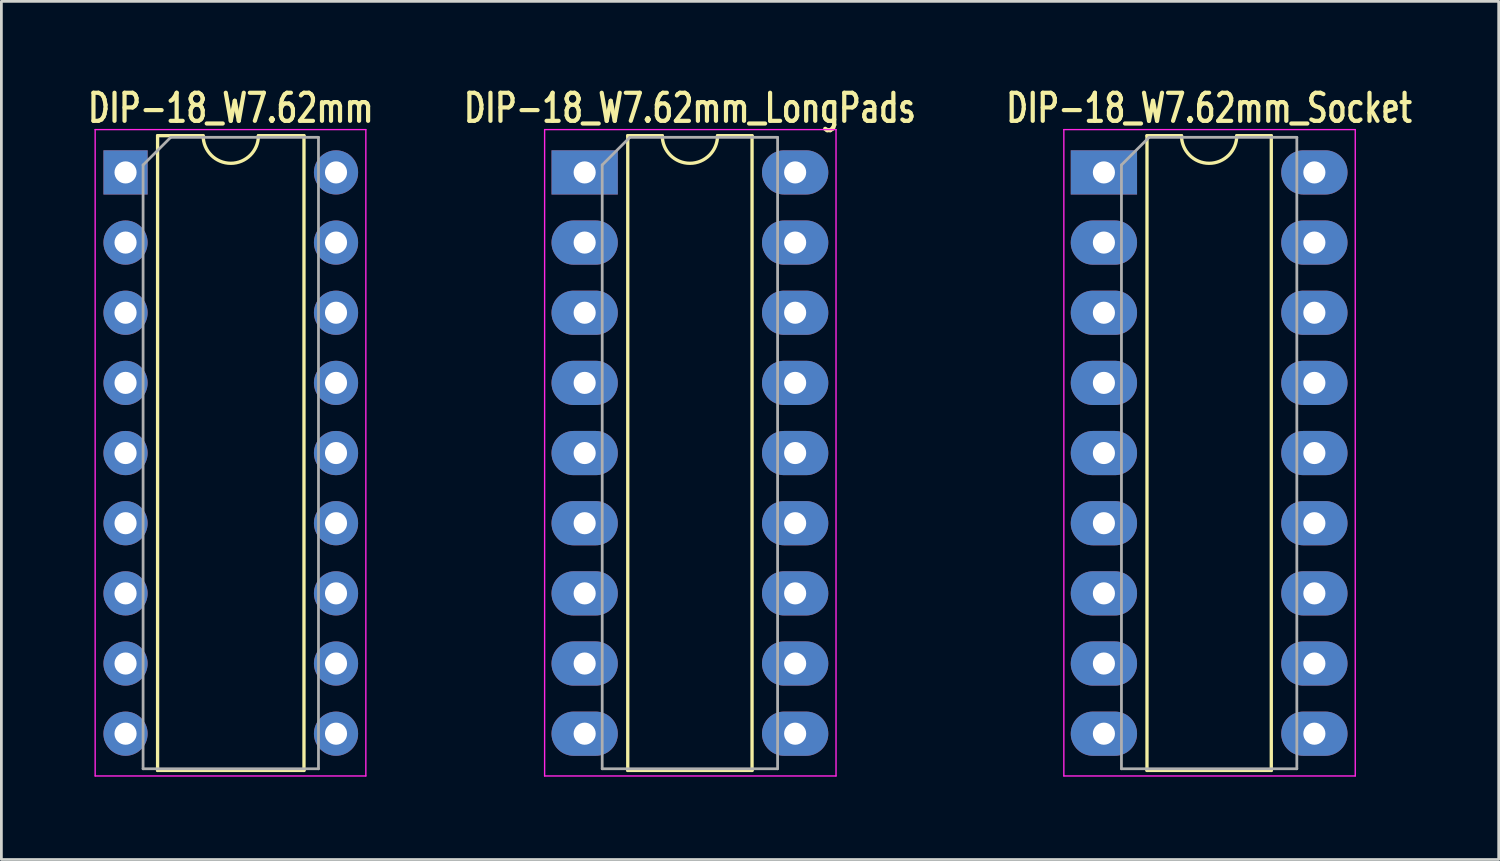
<source format=kicad_pcb>
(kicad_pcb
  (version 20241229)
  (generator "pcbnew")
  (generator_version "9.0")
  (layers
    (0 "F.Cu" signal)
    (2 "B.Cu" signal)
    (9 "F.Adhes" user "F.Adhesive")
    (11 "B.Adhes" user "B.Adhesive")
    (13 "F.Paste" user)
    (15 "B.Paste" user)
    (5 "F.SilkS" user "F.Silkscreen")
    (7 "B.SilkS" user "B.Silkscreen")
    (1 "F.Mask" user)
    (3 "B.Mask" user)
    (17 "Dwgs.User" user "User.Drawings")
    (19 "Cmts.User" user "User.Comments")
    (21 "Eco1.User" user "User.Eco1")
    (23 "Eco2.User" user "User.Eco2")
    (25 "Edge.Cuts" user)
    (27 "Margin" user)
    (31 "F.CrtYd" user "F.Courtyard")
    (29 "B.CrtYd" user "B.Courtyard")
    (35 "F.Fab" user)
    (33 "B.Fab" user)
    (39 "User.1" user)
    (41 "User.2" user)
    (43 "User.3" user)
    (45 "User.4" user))
  (footprint "DIP-18_W7.62mm"
    (layer "F.Cu")
    (at 1.495 3.192)
    (property "Reference" "DIP-18_W7.62mm" (at 3.81 -2.33 0) (layer "F.SilkS") (effects (font (size 1.016 0.762) (thickness 0.152))))
    (attr through_hole)
    (fp_line (start 1.16 -1.33) (end 1.16 21.65) (stroke (width 0.12) (type solid)) (layer "F.SilkS"))
    (fp_line (start 1.16 21.65) (end 6.46 21.65) (stroke (width 0.12) (type solid)) (layer "F.SilkS"))
    (fp_line (start 2.81 -1.33) (end 1.16 -1.33) (stroke (width 0.12) (type solid)) (layer "F.SilkS"))
    (fp_line (start 6.46 -1.33) (end 4.81 -1.33) (stroke (width 0.12) (type solid)) (layer "F.SilkS"))
    (fp_line (start 6.46 21.65) (end 6.46 -1.33) (stroke (width 0.12) (type solid)) (layer "F.SilkS"))
    (fp_arc (start 4.81 -1.33) (mid 3.81 -0.33) (end 2.81 -1.33) (stroke (width 0.12) (type solid)) (layer "F.SilkS"))
    (fp_line (start -1.1 -1.55) (end -1.1 21.85) (stroke (width 0.05) (type solid)) (layer "F.CrtYd"))
    (fp_line (start -1.1 21.85) (end 8.7 21.85) (stroke (width 0.05) (type solid)) (layer "F.CrtYd"))
    (fp_line (start 8.7 -1.55) (end -1.1 -1.55) (stroke (width 0.05) (type solid)) (layer "F.CrtYd"))
    (fp_line (start 8.7 21.85) (end 8.7 -1.55) (stroke (width 0.05) (type solid)) (layer "F.CrtYd"))
    (fp_line (start 0.635 -0.27) (end 1.635 -1.27) (stroke (width 0.1) (type solid)) (layer "F.Fab"))
    (fp_line (start 0.635 21.59) (end 0.635 -0.27) (stroke (width 0.1) (type solid)) (layer "F.Fab"))
    (fp_line (start 1.635 -1.27) (end 6.985 -1.27) (stroke (width 0.1) (type solid)) (layer "F.Fab"))
    (fp_line (start 6.985 -1.27) (end 6.985 21.59) (stroke (width 0.1) (type solid)) (layer "F.Fab"))
    (fp_line (start 6.985 21.59) (end 0.635 21.59) (stroke (width 0.1) (type solid)) (layer "F.Fab"))
    (pad "1" thru_hole rect (at 0 0) (size 1.6 1.6) (drill 0.8) (layers "*.Cu" "*.Mask"))
    (pad "2" thru_hole oval (at 0 2.54) (size 1.6 1.6) (drill 0.8) (layers "*.Cu" "*.Mask"))
    (pad "3" thru_hole oval (at 0 5.08) (size 1.6 1.6) (drill 0.8) (layers "*.Cu" "*.Mask"))
    (pad "4" thru_hole oval (at 0 7.62) (size 1.6 1.6) (drill 0.8) (layers "*.Cu" "*.Mask"))
    (pad "5" thru_hole oval (at 0 10.16) (size 1.6 1.6) (drill 0.8) (layers "*.Cu" "*.Mask"))
    (pad "6" thru_hole oval (at 0 12.7) (size 1.6 1.6) (drill 0.8) (layers "*.Cu" "*.Mask"))
    (pad "7" thru_hole oval (at 0 15.24) (size 1.6 1.6) (drill 0.8) (layers "*.Cu" "*.Mask"))
    (pad "8" thru_hole oval (at 0 17.78) (size 1.6 1.6) (drill 0.8) (layers "*.Cu" "*.Mask"))
    (pad "9" thru_hole oval (at 0 20.32) (size 1.6 1.6) (drill 0.8) (layers "*.Cu" "*.Mask"))
    (pad "10" thru_hole oval (at 7.62 20.32) (size 1.6 1.6) (drill 0.8) (layers "*.Cu" "*.Mask"))
    (pad "11" thru_hole oval (at 7.62 17.78) (size 1.6 1.6) (drill 0.8) (layers "*.Cu" "*.Mask"))
    (pad "12" thru_hole oval (at 7.62 15.24) (size 1.6 1.6) (drill 0.8) (layers "*.Cu" "*.Mask"))
    (pad "13" thru_hole oval (at 7.62 12.7) (size 1.6 1.6) (drill 0.8) (layers "*.Cu" "*.Mask"))
    (pad "14" thru_hole oval (at 7.62 10.16) (size 1.6 1.6) (drill 0.8) (layers "*.Cu" "*.Mask"))
    (pad "15" thru_hole oval (at 7.62 7.62) (size 1.6 1.6) (drill 0.8) (layers "*.Cu" "*.Mask"))
    (pad "16" thru_hole oval (at 7.62 5.08) (size 1.6 1.6) (drill 0.8) (layers "*.Cu" "*.Mask"))
    (pad "17" thru_hole oval (at 7.62 2.54) (size 1.6 1.6) (drill 0.8) (layers "*.Cu" "*.Mask"))
    (pad "18" thru_hole oval (at 7.62 0) (size 1.6 1.6) (drill 0.8) (layers "*.Cu" "*.Mask")))
  (footprint "DIP-18_W7.62mm_Socket"
    (layer "F.Cu")
    (at 36.915 3.192)
    (property "Reference" "DIP-18_W7.62mm_Socket" (at 3.81 -2.33 0) (layer "F.SilkS") (effects (font (size 1.016 0.762) (thickness 0.152))))
    (attr through_hole)
    (fp_line (start 1.56 -1.33) (end 1.56 21.65) (stroke (width 0.12) (type solid)) (layer "F.SilkS"))
    (fp_line (start 1.56 21.65) (end 6.06 21.65) (stroke (width 0.12) (type solid)) (layer "F.SilkS"))
    (fp_line (start 2.81 -1.33) (end 1.56 -1.33) (stroke (width 0.12) (type solid)) (layer "F.SilkS"))
    (fp_line (start 6.06 -1.33) (end 4.81 -1.33) (stroke (width 0.12) (type solid)) (layer "F.SilkS"))
    (fp_line (start 6.06 21.65) (end 6.06 -1.33) (stroke (width 0.12) (type solid)) (layer "F.SilkS"))
    (fp_arc (start 4.81 -1.33) (mid 3.81 -0.33) (end 2.81 -1.33) (stroke (width 0.12) (type solid)) (layer "F.SilkS"))
    (fp_line (start -1.45 -1.55) (end -1.45 21.85) (stroke (width 0.05) (type solid)) (layer "F.CrtYd"))
    (fp_line (start -1.45 21.85) (end 9.1 21.85) (stroke (width 0.05) (type solid)) (layer "F.CrtYd"))
    (fp_line (start 9.1 -1.55) (end -1.45 -1.55) (stroke (width 0.05) (type solid)) (layer "F.CrtYd"))
    (fp_line (start 9.1 21.85) (end 9.1 -1.55) (stroke (width 0.05) (type solid)) (layer "F.CrtYd"))
    (fp_line (start 0.635 -0.27) (end 1.635 -1.27) (stroke (width 0.1) (type solid)) (layer "F.Fab"))
    (fp_line (start 0.635 21.59) (end 0.635 -0.27) (stroke (width 0.1) (type solid)) (layer "F.Fab"))
    (fp_line (start 1.635 -1.27) (end 6.985 -1.27) (stroke (width 0.1) (type solid)) (layer "F.Fab"))
    (fp_line (start 6.985 -1.27) (end 6.985 21.59) (stroke (width 0.1) (type solid)) (layer "F.Fab"))
    (fp_line (start 6.985 21.59) (end 0.635 21.59) (stroke (width 0.1) (type solid)) (layer "F.Fab"))
    (pad "1" thru_hole rect (at 0 0) (size 2.4 1.6) (drill 0.8) (layers "*.Cu" "*.Mask"))
    (pad "2" thru_hole oval (at 0 2.54) (size 2.4 1.6) (drill 0.8) (layers "*.Cu" "*.Mask"))
    (pad "3" thru_hole oval (at 0 5.08) (size 2.4 1.6) (drill 0.8) (layers "*.Cu" "*.Mask"))
    (pad "4" thru_hole oval (at 0 7.62) (size 2.4 1.6) (drill 0.8) (layers "*.Cu" "*.Mask"))
    (pad "5" thru_hole oval (at 0 10.16) (size 2.4 1.6) (drill 0.8) (layers "*.Cu" "*.Mask"))
    (pad "6" thru_hole oval (at 0 12.7) (size 2.4 1.6) (drill 0.8) (layers "*.Cu" "*.Mask"))
    (pad "7" thru_hole oval (at 0 15.24) (size 2.4 1.6) (drill 0.8) (layers "*.Cu" "*.Mask"))
    (pad "8" thru_hole oval (at 0 17.78) (size 2.4 1.6) (drill 0.8) (layers "*.Cu" "*.Mask"))
    (pad "9" thru_hole oval (at 0 20.32) (size 2.4 1.6) (drill 0.8) (layers "*.Cu" "*.Mask"))
    (pad "10" thru_hole oval (at 7.62 20.32) (size 2.4 1.6) (drill 0.8) (layers "*.Cu" "*.Mask"))
    (pad "11" thru_hole oval (at 7.62 17.78) (size 2.4 1.6) (drill 0.8) (layers "*.Cu" "*.Mask"))
    (pad "12" thru_hole oval (at 7.62 15.24) (size 2.4 1.6) (drill 0.8) (layers "*.Cu" "*.Mask"))
    (pad "13" thru_hole oval (at 7.62 12.7) (size 2.4 1.6) (drill 0.8) (layers "*.Cu" "*.Mask"))
    (pad "14" thru_hole oval (at 7.62 10.16) (size 2.4 1.6) (drill 0.8) (layers "*.Cu" "*.Mask"))
    (pad "15" thru_hole oval (at 7.62 7.62) (size 2.4 1.6) (drill 0.8) (layers "*.Cu" "*.Mask"))
    (pad "16" thru_hole oval (at 7.62 5.08) (size 2.4 1.6) (drill 0.8) (layers "*.Cu" "*.Mask"))
    (pad "17" thru_hole oval (at 7.62 2.54) (size 2.4 1.6) (drill 0.8) (layers "*.Cu" "*.Mask"))
    (pad "18" thru_hole oval (at 7.62 0) (size 2.4 1.6) (drill 0.8) (layers "*.Cu" "*.Mask")))
  (footprint "DIP-18_W7.62mm_LongPads"
    (layer "F.Cu")
    (at 18.117 3.192)
    (property "Reference" "DIP-18_W7.62mm_LongPads" (at 3.81 -2.33 0) (layer "F.SilkS") (effects (font (size 1.016 0.762) (thickness 0.152))))
    (attr through_hole)
    (fp_line (start 1.56 -1.33) (end 1.56 21.65) (stroke (width 0.12) (type solid)) (layer "F.SilkS"))
    (fp_line (start 1.56 21.65) (end 6.06 21.65) (stroke (width 0.12) (type solid)) (layer "F.SilkS"))
    (fp_line (start 2.81 -1.33) (end 1.56 -1.33) (stroke (width 0.12) (type solid)) (layer "F.SilkS"))
    (fp_line (start 6.06 -1.33) (end 4.81 -1.33) (stroke (width 0.12) (type solid)) (layer "F.SilkS"))
    (fp_line (start 6.06 21.65) (end 6.06 -1.33) (stroke (width 0.12) (type solid)) (layer "F.SilkS"))
    (fp_arc (start 4.81 -1.33) (mid 3.81 -0.33) (end 2.81 -1.33) (stroke (width 0.12) (type solid)) (layer "F.SilkS"))
    (fp_line (start -1.45 -1.55) (end -1.45 21.85) (stroke (width 0.05) (type solid)) (layer "F.CrtYd"))
    (fp_line (start -1.45 21.85) (end 9.1 21.85) (stroke (width 0.05) (type solid)) (layer "F.CrtYd"))
    (fp_line (start 9.1 -1.55) (end -1.45 -1.55) (stroke (width 0.05) (type solid)) (layer "F.CrtYd"))
    (fp_line (start 9.1 21.85) (end 9.1 -1.55) (stroke (width 0.05) (type solid)) (layer "F.CrtYd"))
    (fp_line (start 0.635 -0.27) (end 1.635 -1.27) (stroke (width 0.1) (type solid)) (layer "F.Fab"))
    (fp_line (start 0.635 21.59) (end 0.635 -0.27) (stroke (width 0.1) (type solid)) (layer "F.Fab"))
    (fp_line (start 1.635 -1.27) (end 6.985 -1.27) (stroke (width 0.1) (type solid)) (layer "F.Fab"))
    (fp_line (start 6.985 -1.27) (end 6.985 21.59) (stroke (width 0.1) (type solid)) (layer "F.Fab"))
    (fp_line (start 6.985 21.59) (end 0.635 21.59) (stroke (width 0.1) (type solid)) (layer "F.Fab"))
    (pad "1" thru_hole rect (at 0 0) (size 2.4 1.6) (drill 0.8) (layers "*.Cu" "*.Mask"))
    (pad "2" thru_hole oval (at 0 2.54) (size 2.4 1.6) (drill 0.8) (layers "*.Cu" "*.Mask"))
    (pad "3" thru_hole oval (at 0 5.08) (size 2.4 1.6) (drill 0.8) (layers "*.Cu" "*.Mask"))
    (pad "4" thru_hole oval (at 0 7.62) (size 2.4 1.6) (drill 0.8) (layers "*.Cu" "*.Mask"))
    (pad "5" thru_hole oval (at 0 10.16) (size 2.4 1.6) (drill 0.8) (layers "*.Cu" "*.Mask"))
    (pad "6" thru_hole oval (at 0 12.7) (size 2.4 1.6) (drill 0.8) (layers "*.Cu" "*.Mask"))
    (pad "7" thru_hole oval (at 0 15.24) (size 2.4 1.6) (drill 0.8) (layers "*.Cu" "*.Mask"))
    (pad "8" thru_hole oval (at 0 17.78) (size 2.4 1.6) (drill 0.8) (layers "*.Cu" "*.Mask"))
    (pad "9" thru_hole oval (at 0 20.32) (size 2.4 1.6) (drill 0.8) (layers "*.Cu" "*.Mask"))
    (pad "10" thru_hole oval (at 7.62 20.32) (size 2.4 1.6) (drill 0.8) (layers "*.Cu" "*.Mask"))
    (pad "11" thru_hole oval (at 7.62 17.78) (size 2.4 1.6) (drill 0.8) (layers "*.Cu" "*.Mask"))
    (pad "12" thru_hole oval (at 7.62 15.24) (size 2.4 1.6) (drill 0.8) (layers "*.Cu" "*.Mask"))
    (pad "13" thru_hole oval (at 7.62 12.7) (size 2.4 1.6) (drill 0.8) (layers "*.Cu" "*.Mask"))
    (pad "14" thru_hole oval (at 7.62 10.16) (size 2.4 1.6) (drill 0.8) (layers "*.Cu" "*.Mask"))
    (pad "15" thru_hole oval (at 7.62 7.62) (size 2.4 1.6) (drill 0.8) (layers "*.Cu" "*.Mask"))
    (pad "16" thru_hole oval (at 7.62 5.08) (size 2.4 1.6) (drill 0.8) (layers "*.Cu" "*.Mask"))
    (pad "17" thru_hole oval (at 7.62 2.54) (size 2.4 1.6) (drill 0.8) (layers "*.Cu" "*.Mask"))
    (pad "18" thru_hole oval (at 7.62 0) (size 2.4 1.6) (drill 0.8) (layers "*.Cu" "*.Mask")))
  (gr_rect
    (start -3 -3)
    (end 51.208 28.067)
    (stroke (width 0.1) (type default))
    (fill no)
    (layer "Edge.Cuts")))
</source>
